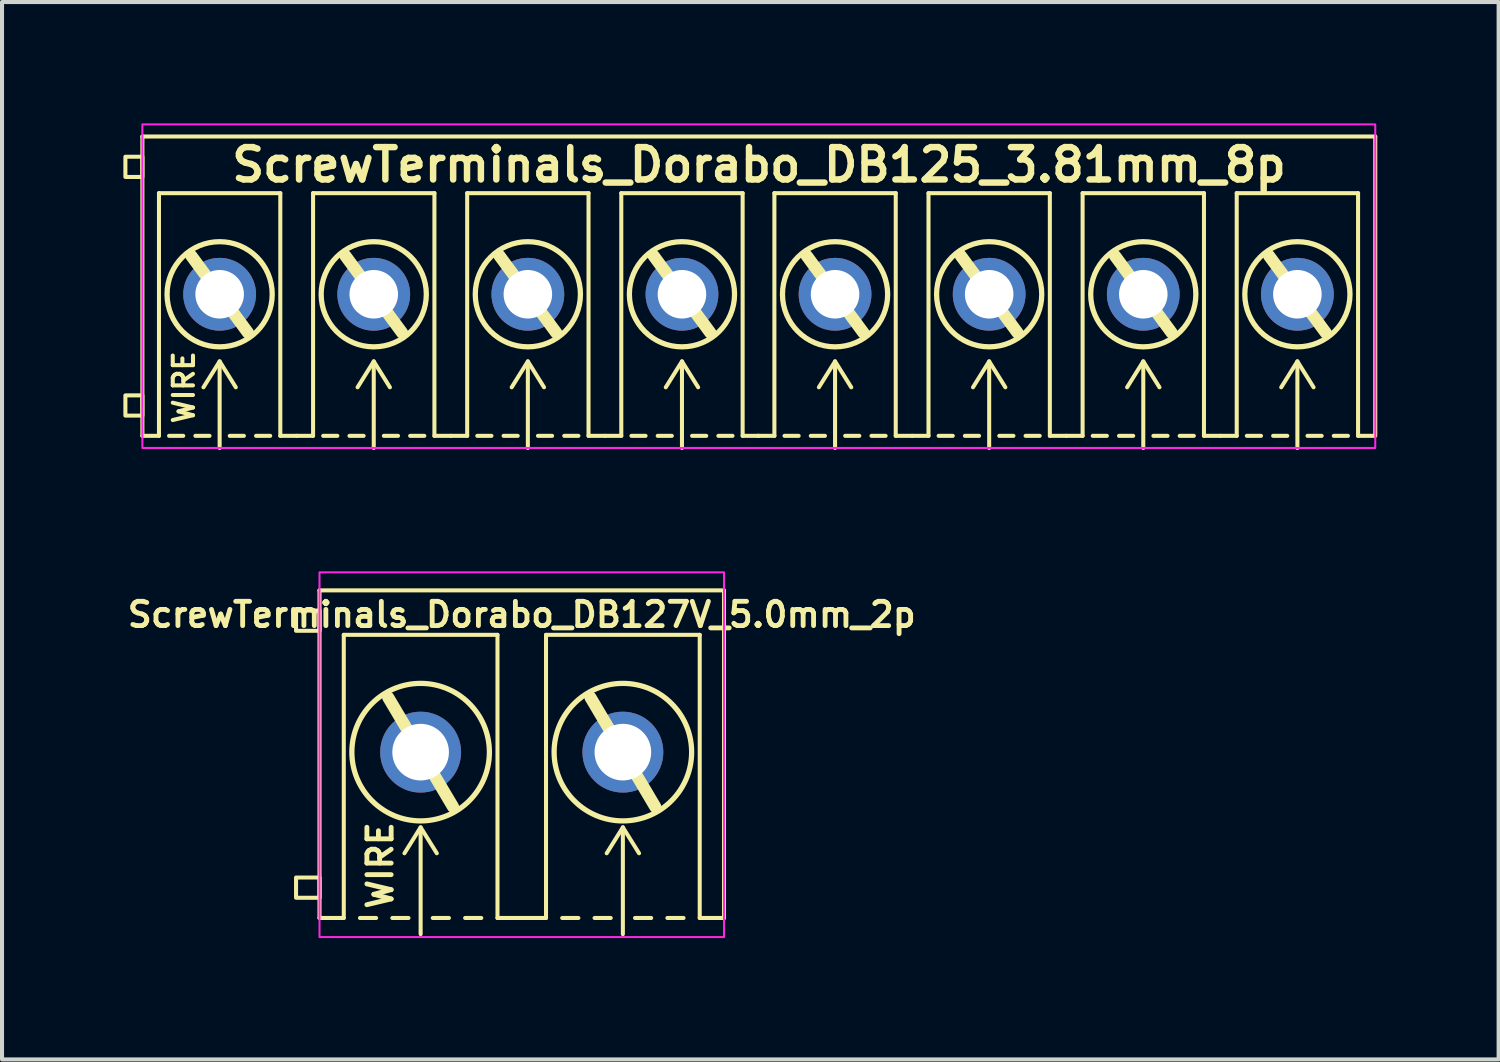
<source format=kicad_pcb>
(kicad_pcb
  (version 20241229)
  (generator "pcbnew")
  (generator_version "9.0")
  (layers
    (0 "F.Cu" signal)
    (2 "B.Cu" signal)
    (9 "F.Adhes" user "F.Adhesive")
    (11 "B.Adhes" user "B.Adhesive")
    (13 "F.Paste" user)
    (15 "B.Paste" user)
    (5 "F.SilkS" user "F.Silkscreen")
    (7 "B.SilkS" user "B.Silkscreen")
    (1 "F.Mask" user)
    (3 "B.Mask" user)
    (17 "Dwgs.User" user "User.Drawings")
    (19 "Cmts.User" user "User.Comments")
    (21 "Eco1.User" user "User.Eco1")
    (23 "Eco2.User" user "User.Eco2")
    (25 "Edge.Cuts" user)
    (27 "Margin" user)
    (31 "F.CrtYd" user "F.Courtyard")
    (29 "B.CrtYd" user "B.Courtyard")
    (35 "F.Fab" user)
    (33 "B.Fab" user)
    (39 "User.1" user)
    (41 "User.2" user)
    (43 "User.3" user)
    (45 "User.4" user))
  (footprint "ScrewTerminals_Dorabo_DB125_3.81mm_8p"
    (layer "F.Cu")
    (at 15.71 4.225)
    (property "Reference" "ScrewTerminals_Dorabo_DB125_3.81mm_8p" (at 0.005 -3.2 0) (unlocked yes) (layer "F.SilkS") (effects (font (size 0.8 0.8) (thickness 0.16) (bold yes))))
    (attr through_hole)
    (fp_line (start -15.24 -3.9) (end 15.24 -3.9) (stroke (width 0.1) (type solid)) (layer "F.SilkS"))
    (fp_line (start -15.24 3.5) (end -15.24 -3.9) (stroke (width 0.1) (type solid)) (layer "F.SilkS"))
    (fp_line (start -15.24 3.5) (end -14.83 3.5) (stroke (width 0.1) (type solid)) (layer "F.SilkS"))
    (fp_line (start -14.83 -2.5) (end -11.83 -2.5) (stroke (width 0.1) (type solid)) (layer "F.SilkS"))
    (fp_line (start -14.83 3.5) (end -14.83 -2.5) (stroke (width 0.1) (type solid)) (layer "F.SilkS"))
    (fp_line (start -14.23 3.5) (end -14.58 3.5) (stroke (width 0.1) (type default)) (layer "F.SilkS"))
    (fp_line (start -14.03 -0.95) (end -12.63 0.95) (stroke (width 0.3) (type default)) (layer "F.SilkS"))
    (fp_line (start -13.58 3.5) (end -13.93 3.5) (stroke (width 0.1) (type default)) (layer "F.SilkS"))
    (fp_line (start -13.33 1.659) (end -13.73 2.3) (stroke (width 0.1) (type default)) (layer "F.SilkS"))
    (fp_line (start -13.33 1.659) (end -12.93 2.3) (stroke (width 0.1) (type default)) (layer "F.SilkS"))
    (fp_line (start -13.33 3.8) (end -13.33 1.679) (stroke (width 0.1) (type default)) (layer "F.SilkS"))
    (fp_line (start -13.08 3.5) (end -12.73 3.5) (stroke (width 0.1) (type default)) (layer "F.SilkS"))
    (fp_line (start -12.43 3.5) (end -12.08 3.5) (stroke (width 0.1) (type default)) (layer "F.SilkS"))
    (fp_line (start -11.83 -2.5) (end -11.83 3.5) (stroke (width 0.1) (type solid)) (layer "F.SilkS"))
    (fp_line (start -11.83 3.5) (end -11.425 3.5) (stroke (width 0.1) (type default)) (layer "F.SilkS"))
    (fp_line (start -11.425 3.5) (end -11.02 3.5) (stroke (width 0.1) (type default)) (layer "F.SilkS"))
    (fp_line (start -11.02 -2.5) (end -8.02 -2.5) (stroke (width 0.1) (type solid)) (layer "F.SilkS"))
    (fp_line (start -11.02 3.5) (end -11.02 -2.5) (stroke (width 0.1) (type solid)) (layer "F.SilkS"))
    (fp_line (start -10.42 3.5) (end -10.77 3.5) (stroke (width 0.1) (type default)) (layer "F.SilkS"))
    (fp_line (start -10.22 -0.95) (end -8.82 0.95) (stroke (width 0.3) (type default)) (layer "F.SilkS"))
    (fp_line (start -9.77 3.5) (end -10.12 3.5) (stroke (width 0.1) (type default)) (layer "F.SilkS"))
    (fp_line (start -9.52 1.659) (end -9.92 2.3) (stroke (width 0.1) (type default)) (layer "F.SilkS"))
    (fp_line (start -9.52 1.659) (end -9.12 2.3) (stroke (width 0.1) (type default)) (layer "F.SilkS"))
    (fp_line (start -9.52 3.8) (end -9.52 1.679) (stroke (width 0.1) (type default)) (layer "F.SilkS"))
    (fp_line (start -9.27 3.5) (end -8.92 3.5) (stroke (width 0.1) (type default)) (layer "F.SilkS"))
    (fp_line (start -8.62 3.5) (end -8.27 3.5) (stroke (width 0.1) (type default)) (layer "F.SilkS"))
    (fp_line (start -8.02 -2.5) (end -8.02 3.5) (stroke (width 0.1) (type solid)) (layer "F.SilkS"))
    (fp_line (start -8.02 3.5) (end -7.615 3.5) (stroke (width 0.1) (type default)) (layer "F.SilkS"))
    (fp_line (start -7.615 3.5) (end -7.21 3.5) (stroke (width 0.1) (type default)) (layer "F.SilkS"))
    (fp_line (start -7.21 -2.5) (end -4.21 -2.5) (stroke (width 0.1) (type solid)) (layer "F.SilkS"))
    (fp_line (start -7.21 3.5) (end -7.21 -2.5) (stroke (width 0.1) (type solid)) (layer "F.SilkS"))
    (fp_line (start -6.61 3.5) (end -6.96 3.5) (stroke (width 0.1) (type default)) (layer "F.SilkS"))
    (fp_line (start -6.41 -0.95) (end -5.01 0.95) (stroke (width 0.3) (type default)) (layer "F.SilkS"))
    (fp_line (start -5.96 3.5) (end -6.31 3.5) (stroke (width 0.1) (type default)) (layer "F.SilkS"))
    (fp_line (start -5.71 1.659) (end -6.11 2.3) (stroke (width 0.1) (type default)) (layer "F.SilkS"))
    (fp_line (start -5.71 1.659) (end -5.31 2.3) (stroke (width 0.1) (type default)) (layer "F.SilkS"))
    (fp_line (start -5.71 3.8) (end -5.71 1.679) (stroke (width 0.1) (type default)) (layer "F.SilkS"))
    (fp_line (start -5.46 3.5) (end -5.11 3.5) (stroke (width 0.1) (type default)) (layer "F.SilkS"))
    (fp_line (start -4.81 3.5) (end -4.46 3.5) (stroke (width 0.1) (type default)) (layer "F.SilkS"))
    (fp_line (start -4.21 -2.5) (end -4.21 3.5) (stroke (width 0.1) (type solid)) (layer "F.SilkS"))
    (fp_line (start -4.21 3.5) (end -3.805 3.5) (stroke (width 0.1) (type default)) (layer "F.SilkS"))
    (fp_line (start -3.805 3.5) (end -3.4 3.5) (stroke (width 0.1) (type default)) (layer "F.SilkS"))
    (fp_line (start -3.4 -2.5) (end -0.4 -2.5) (stroke (width 0.1) (type solid)) (layer "F.SilkS"))
    (fp_line (start -3.4 3.5) (end -3.4 -2.5) (stroke (width 0.1) (type solid)) (layer "F.SilkS"))
    (fp_line (start -2.8 3.5) (end -3.15 3.5) (stroke (width 0.1) (type default)) (layer "F.SilkS"))
    (fp_line (start -2.6 -0.95) (end -1.2 0.95) (stroke (width 0.3) (type default)) (layer "F.SilkS"))
    (fp_line (start -2.15 3.5) (end -2.5 3.5) (stroke (width 0.1) (type default)) (layer "F.SilkS"))
    (fp_line (start -1.9 1.659) (end -2.3 2.3) (stroke (width 0.1) (type default)) (layer "F.SilkS"))
    (fp_line (start -1.9 1.659) (end -1.5 2.3) (stroke (width 0.1) (type default)) (layer "F.SilkS"))
    (fp_line (start -1.9 3.8) (end -1.9 1.679) (stroke (width 0.1) (type default)) (layer "F.SilkS"))
    (fp_line (start -1.65 3.5) (end -1.3 3.5) (stroke (width 0.1) (type default)) (layer "F.SilkS"))
    (fp_line (start -1 3.5) (end -0.65 3.5) (stroke (width 0.1) (type default)) (layer "F.SilkS"))
    (fp_line (start -0.4 -2.5) (end -0.4 3.5) (stroke (width 0.1) (type solid)) (layer "F.SilkS"))
    (fp_line (start -0.4 3.5) (end 0 3.5) (stroke (width 0.1) (type solid)) (layer "F.SilkS"))
    (fp_line (start -0.025 3.5) (end 0.385 3.5) (stroke (width 0.1) (type solid)) (layer "F.SilkS"))
    (fp_line (start 0.385 -2.5) (end 3.385 -2.5) (stroke (width 0.1) (type solid)) (layer "F.SilkS"))
    (fp_line (start 0.385 3.5) (end 0.385 -2.5) (stroke (width 0.1) (type solid)) (layer "F.SilkS"))
    (fp_line (start 0.985 3.5) (end 0.635 3.5) (stroke (width 0.1) (type default)) (layer "F.SilkS"))
    (fp_line (start 1.185 -0.95) (end 2.585 0.95) (stroke (width 0.3) (type default)) (layer "F.SilkS"))
    (fp_line (start 1.635 3.5) (end 1.285 3.5) (stroke (width 0.1) (type default)) (layer "F.SilkS"))
    (fp_line (start 1.885 1.659) (end 1.485 2.3) (stroke (width 0.1) (type default)) (layer "F.SilkS"))
    (fp_line (start 1.885 1.659) (end 2.285 2.3) (stroke (width 0.1) (type default)) (layer "F.SilkS"))
    (fp_line (start 1.885 3.8) (end 1.885 1.679) (stroke (width 0.1) (type default)) (layer "F.SilkS"))
    (fp_line (start 2.135 3.5) (end 2.485 3.5) (stroke (width 0.1) (type default)) (layer "F.SilkS"))
    (fp_line (start 2.785 3.5) (end 3.135 3.5) (stroke (width 0.1) (type default)) (layer "F.SilkS"))
    (fp_line (start 3.385 -2.5) (end 3.385 3.5) (stroke (width 0.1) (type solid)) (layer "F.SilkS"))
    (fp_line (start 3.385 3.5) (end 3.79 3.5) (stroke (width 0.1) (type default)) (layer "F.SilkS"))
    (fp_line (start 3.79 3.5) (end 4.195 3.5) (stroke (width 0.1) (type default)) (layer "F.SilkS"))
    (fp_line (start 4.195 -2.5) (end 7.195 -2.5) (stroke (width 0.1) (type solid)) (layer "F.SilkS"))
    (fp_line (start 4.195 3.5) (end 4.195 -2.5) (stroke (width 0.1) (type solid)) (layer "F.SilkS"))
    (fp_line (start 4.795 3.5) (end 4.445 3.5) (stroke (width 0.1) (type default)) (layer "F.SilkS"))
    (fp_line (start 4.995 -0.95) (end 6.395 0.95) (stroke (width 0.3) (type default)) (layer "F.SilkS"))
    (fp_line (start 5.445 3.5) (end 5.095 3.5) (stroke (width 0.1) (type default)) (layer "F.SilkS"))
    (fp_line (start 5.695 1.659) (end 5.295 2.3) (stroke (width 0.1) (type default)) (layer "F.SilkS"))
    (fp_line (start 5.695 1.659) (end 6.095 2.3) (stroke (width 0.1) (type default)) (layer "F.SilkS"))
    (fp_line (start 5.695 3.8) (end 5.695 1.679) (stroke (width 0.1) (type default)) (layer "F.SilkS"))
    (fp_line (start 5.945 3.5) (end 6.295 3.5) (stroke (width 0.1) (type default)) (layer "F.SilkS"))
    (fp_line (start 6.595 3.5) (end 6.945 3.5) (stroke (width 0.1) (type default)) (layer "F.SilkS"))
    (fp_line (start 7.195 -2.5) (end 7.195 3.5) (stroke (width 0.1) (type solid)) (layer "F.SilkS"))
    (fp_line (start 7.195 3.5) (end 7.6 3.5) (stroke (width 0.1) (type default)) (layer "F.SilkS"))
    (fp_line (start 7.6 3.5) (end 8.005 3.5) (stroke (width 0.1) (type default)) (layer "F.SilkS"))
    (fp_line (start 8.005 -2.5) (end 11.005 -2.5) (stroke (width 0.1) (type solid)) (layer "F.SilkS"))
    (fp_line (start 8.005 3.5) (end 8.005 -2.5) (stroke (width 0.1) (type solid)) (layer "F.SilkS"))
    (fp_line (start 8.605 3.5) (end 8.255 3.5) (stroke (width 0.1) (type default)) (layer "F.SilkS"))
    (fp_line (start 8.805 -0.95) (end 10.205 0.95) (stroke (width 0.3) (type default)) (layer "F.SilkS"))
    (fp_line (start 9.255 3.5) (end 8.905 3.5) (stroke (width 0.1) (type default)) (layer "F.SilkS"))
    (fp_line (start 9.505 1.659) (end 9.105 2.3) (stroke (width 0.1) (type default)) (layer "F.SilkS"))
    (fp_line (start 9.505 1.659) (end 9.905 2.3) (stroke (width 0.1) (type default)) (layer "F.SilkS"))
    (fp_line (start 9.505 3.8) (end 9.505 1.679) (stroke (width 0.1) (type default)) (layer "F.SilkS"))
    (fp_line (start 9.755 3.5) (end 10.105 3.5) (stroke (width 0.1) (type default)) (layer "F.SilkS"))
    (fp_line (start 10.405 3.5) (end 10.755 3.5) (stroke (width 0.1) (type default)) (layer "F.SilkS"))
    (fp_line (start 11.005 -2.5) (end 11.005 3.5) (stroke (width 0.1) (type solid)) (layer "F.SilkS"))
    (fp_line (start 11.005 3.5) (end 11.41 3.5) (stroke (width 0.1) (type default)) (layer "F.SilkS"))
    (fp_line (start 11.41 3.5) (end 11.815 3.5) (stroke (width 0.1) (type default)) (layer "F.SilkS"))
    (fp_line (start 11.815 -2.5) (end 14.815 -2.5) (stroke (width 0.1) (type solid)) (layer "F.SilkS"))
    (fp_line (start 11.815 3.5) (end 11.815 -2.5) (stroke (width 0.1) (type solid)) (layer "F.SilkS"))
    (fp_line (start 12.415 3.5) (end 12.065 3.5) (stroke (width 0.1) (type default)) (layer "F.SilkS"))
    (fp_line (start 12.615 -0.95) (end 14.015 0.95) (stroke (width 0.3) (type default)) (layer "F.SilkS"))
    (fp_line (start 13.065 3.5) (end 12.715 3.5) (stroke (width 0.1) (type default)) (layer "F.SilkS"))
    (fp_line (start 13.315 1.659) (end 12.915 2.3) (stroke (width 0.1) (type default)) (layer "F.SilkS"))
    (fp_line (start 13.315 1.659) (end 13.715 2.3) (stroke (width 0.1) (type default)) (layer "F.SilkS"))
    (fp_line (start 13.315 3.8) (end 13.315 1.679) (stroke (width 0.1) (type default)) (layer "F.SilkS"))
    (fp_line (start 13.565 3.5) (end 13.915 3.5) (stroke (width 0.1) (type default)) (layer "F.SilkS"))
    (fp_line (start 14.215 3.5) (end 14.565 3.5) (stroke (width 0.1) (type default)) (layer "F.SilkS"))
    (fp_line (start 14.815 -2.5) (end 14.815 3.5) (stroke (width 0.1) (type solid)) (layer "F.SilkS"))
    (fp_line (start 14.815 3.5) (end 15.215 3.5) (stroke (width 0.1) (type solid)) (layer "F.SilkS"))
    (fp_line (start 15.24 3.5) (end 15.24 -3.9) (stroke (width 0.1) (type solid)) (layer "F.SilkS"))
    (fp_rect (start -15.66 -2.9) (end -15.24 -3.4) (stroke (width 0.1) (type solid)) (fill no) (layer "F.SilkS"))
    (fp_rect (start -15.66 3) (end -15.24 2.5) (stroke (width 0.1) (type solid)) (fill no) (layer "F.SilkS"))
    (fp_circle (center -13.33 0) (end -12.03 0) (stroke (width 0.13) (type default)) (fill no) (layer "F.SilkS"))
    (fp_circle (center -9.52 0) (end -8.22 0) (stroke (width 0.13) (type default)) (fill no) (layer "F.SilkS"))
    (fp_circle (center -5.71 0) (end -4.41 0) (stroke (width 0.13) (type default)) (fill no) (layer "F.SilkS"))
    (fp_circle (center -1.9 0) (end -0.6 0) (stroke (width 0.13) (type default)) (fill no) (layer "F.SilkS"))
    (fp_circle (center 1.885 0) (end 3.185 0) (stroke (width 0.13) (type default)) (fill no) (layer "F.SilkS"))
    (fp_circle (center 5.695 0) (end 6.995 0) (stroke (width 0.13) (type default)) (fill no) (layer "F.SilkS"))
    (fp_circle (center 9.505 0) (end 10.805 0) (stroke (width 0.13) (type default)) (fill no) (layer "F.SilkS"))
    (fp_circle (center 13.315 0) (end 14.615 0) (stroke (width 0.13) (type default)) (fill no) (layer "F.SilkS"))
    (fp_rect (start -15.24 -4.2) (end 15.24 3.8) (stroke (width 0.05) (type solid)) (fill no) (layer "F.CrtYd"))
    (fp_text user "WIRE" (at -14.215 2.3 90) (unlocked yes) (layer "F.SilkS") (effects (font (size 0.5 0.5) (thickness 0.1) (bold yes))))
    (pad "1" thru_hole circle (at -13.33 0) (size 1.8 1.8) (drill 1.2) (layers "*.Cu" "*.Mask"))
    (pad "2" thru_hole circle (at -9.52 0 180) (size 1.8 1.8) (drill 1.2) (layers "*.Cu" "*.Mask"))
    (pad "3" thru_hole circle (at -5.71 0 180) (size 1.8 1.8) (drill 1.2) (layers "*.Cu" "*.Mask"))
    (pad "4" thru_hole circle (at -1.9 0 180) (size 1.8 1.8) (drill 1.2) (layers "*.Cu" "*.Mask"))
    (pad "5" thru_hole circle (at 1.885 0) (size 1.8 1.8) (drill 1.2) (layers "*.Cu" "*.Mask"))
    (pad "6" thru_hole circle (at 5.695 0 180) (size 1.8 1.8) (drill 1.2) (layers "*.Cu" "*.Mask"))
    (pad "7" thru_hole circle (at 9.505 0 180) (size 1.8 1.8) (drill 1.2) (layers "*.Cu" "*.Mask"))
    (pad "8" thru_hole circle (at 13.315 0 180) (size 1.8 1.8) (drill 1.2) (layers "*.Cu" "*.Mask")))
  (footprint "ScrewTerminals_Dorabo_DB127V_5.0mm_2p"
    (layer "F.Cu")
    (at 9.849 15.545)
    (property "Reference" "ScrewTerminals_Dorabo_DB127V_5.0mm_2p" (at 0 -3.4 0) (unlocked yes) (layer "F.SilkS") (effects (font (size 0.6 0.6) (thickness 0.12) (bold yes))))
    (attr through_hole)
    (fp_line (start -5 -4) (end 5 -4) (stroke (width 0.1) (type solid)) (layer "F.SilkS"))
    (fp_line (start -5 4.1) (end -5 -4) (stroke (width 0.1) (type solid)) (layer "F.SilkS"))
    (fp_line (start -5 4.1) (end -4.4 4.1) (stroke (width 0.1) (type default)) (layer "F.SilkS"))
    (fp_line (start -4.4 -2.9) (end -0.6 -2.9) (stroke (width 0.1) (type solid)) (layer "F.SilkS"))
    (fp_line (start -4.4 4.1) (end -4.4 -2.9) (stroke (width 0.1) (type solid)) (layer "F.SilkS"))
    (fp_line (start -3.6 4.1) (end -4 4.1) (stroke (width 0.1) (type default)) (layer "F.SilkS"))
    (fp_line (start -3.3 -1.35) (end -1.7 1.35) (stroke (width 0.3) (type default)) (layer "F.SilkS"))
    (fp_line (start -2.8 4.1) (end -3.2 4.1) (stroke (width 0.1) (type default)) (layer "F.SilkS"))
    (fp_line (start -2.5 1.859) (end -2.9 2.5) (stroke (width 0.1) (type default)) (layer "F.SilkS"))
    (fp_line (start -2.5 1.859) (end -2.1 2.5) (stroke (width 0.1) (type default)) (layer "F.SilkS"))
    (fp_line (start -2.5 4.5) (end -2.5 1.879) (stroke (width 0.1) (type default)) (layer "F.SilkS"))
    (fp_line (start -2.2 4.1) (end -1.8 4.1) (stroke (width 0.1) (type default)) (layer "F.SilkS"))
    (fp_line (start -1.4 4.1) (end -1 4.1) (stroke (width 0.1) (type default)) (layer "F.SilkS"))
    (fp_line (start -0.6 -2.9) (end -0.6 4.1) (stroke (width 0.1) (type solid)) (layer "F.SilkS"))
    (fp_line (start -0.6 4.1) (end 0 4.1) (stroke (width 0.1) (type default)) (layer "F.SilkS"))
    (fp_line (start 0 4.1) (end 0.6 4.1) (stroke (width 0.1) (type default)) (layer "F.SilkS"))
    (fp_line (start 0.6 -2.9) (end 4.4 -2.9) (stroke (width 0.1) (type solid)) (layer "F.SilkS"))
    (fp_line (start 0.6 4.1) (end 0.6 -2.9) (stroke (width 0.1) (type solid)) (layer "F.SilkS"))
    (fp_line (start 1.4 4.1) (end 1 4.1) (stroke (width 0.1) (type default)) (layer "F.SilkS"))
    (fp_line (start 1.7 -1.35) (end 3.3 1.35) (stroke (width 0.3) (type default)) (layer "F.SilkS"))
    (fp_line (start 2.2 4.1) (end 1.8 4.1) (stroke (width 0.1) (type default)) (layer "F.SilkS"))
    (fp_line (start 2.5 1.859) (end 2.1 2.5) (stroke (width 0.1) (type default)) (layer "F.SilkS"))
    (fp_line (start 2.5 1.859) (end 2.9 2.5) (stroke (width 0.1) (type default)) (layer "F.SilkS"))
    (fp_line (start 2.5 4.5) (end 2.5 1.879) (stroke (width 0.1) (type default)) (layer "F.SilkS"))
    (fp_line (start 2.8 4.1) (end 3.2 4.1) (stroke (width 0.1) (type default)) (layer "F.SilkS"))
    (fp_line (start 3.6 4.1) (end 4 4.1) (stroke (width 0.1) (type default)) (layer "F.SilkS"))
    (fp_line (start 4.4 -2.9) (end 4.4 4.1) (stroke (width 0.1) (type solid)) (layer "F.SilkS"))
    (fp_line (start 4.4 4.1) (end 5 4.1) (stroke (width 0.1) (type default)) (layer "F.SilkS"))
    (fp_line (start 5 4.1) (end 5 -4) (stroke (width 0.1) (type solid)) (layer "F.SilkS"))
    (fp_rect (start -5.58 -3.5) (end -5 -3) (stroke (width 0.1) (type solid)) (fill no) (layer "F.SilkS"))
    (fp_rect (start -5.58 3.1) (end -5 3.6) (stroke (width 0.1) (type solid)) (fill no) (layer "F.SilkS"))
    (fp_circle (center -2.5 0) (end -0.8 0) (stroke (width 0.13) (type default)) (fill no) (layer "F.SilkS"))
    (fp_circle (center 2.5 0) (end 4.2 0) (stroke (width 0.13) (type default)) (fill no) (layer "F.SilkS"))
    (fp_rect (start -5 -4.445) (end 5 4.572) (stroke (width 0.05) (type solid)) (fill no) (layer "F.CrtYd"))
    (fp_text user "WIRE" (at -3.5 2.8 90) (unlocked yes) (layer "F.SilkS") (effects (font (size 0.6 0.6) (thickness 0.12) (bold yes))))
    (pad "1" thru_hole circle (at -2.5 0 180) (size 2 2) (drill 1.4) (layers "*.Cu" "*.Mask"))
    (pad "2" thru_hole circle (at 2.5 0 180) (size 2 2) (drill 1.4) (layers "*.Cu" "*.Mask")))
  (gr_rect
    (start -3 -3)
    (end 34 23.142)
    (stroke (width 0.1) (type default))
    (fill no)
    (layer "Edge.Cuts")))
</source>
